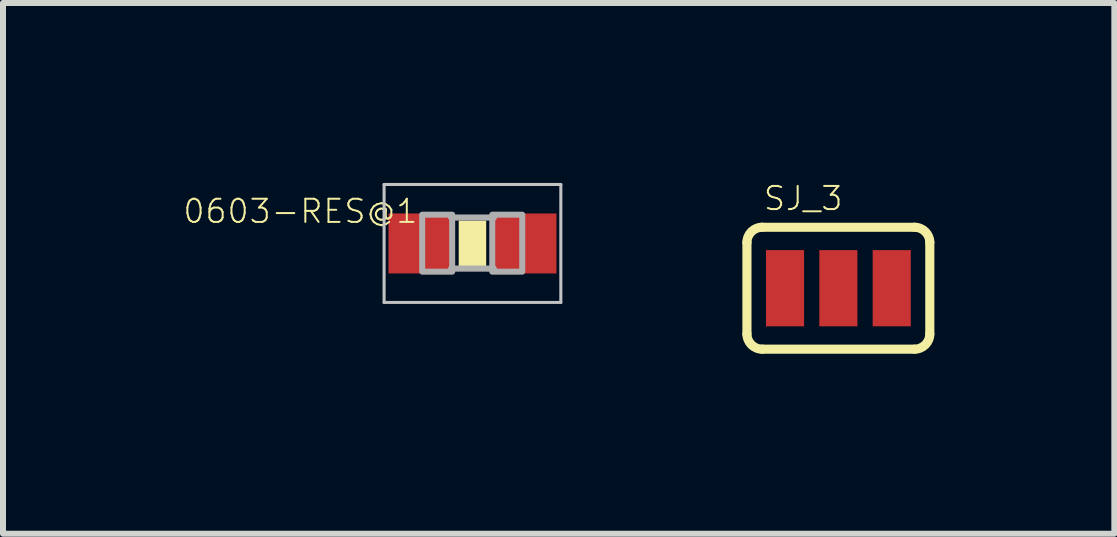
<source format=kicad_pcb>
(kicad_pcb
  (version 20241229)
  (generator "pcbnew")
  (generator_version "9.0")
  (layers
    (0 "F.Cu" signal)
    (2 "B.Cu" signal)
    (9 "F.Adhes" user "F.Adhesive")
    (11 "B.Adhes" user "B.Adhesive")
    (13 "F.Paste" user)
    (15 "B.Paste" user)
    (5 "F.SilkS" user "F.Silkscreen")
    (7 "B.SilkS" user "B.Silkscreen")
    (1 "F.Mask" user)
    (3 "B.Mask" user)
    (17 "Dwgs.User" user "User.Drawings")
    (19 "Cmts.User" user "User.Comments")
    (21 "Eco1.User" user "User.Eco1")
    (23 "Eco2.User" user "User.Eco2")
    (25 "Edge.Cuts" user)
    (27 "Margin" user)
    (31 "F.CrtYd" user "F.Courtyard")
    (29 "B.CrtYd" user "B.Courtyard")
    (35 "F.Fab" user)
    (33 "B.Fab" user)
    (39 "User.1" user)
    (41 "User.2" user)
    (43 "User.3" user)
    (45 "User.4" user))
  (footprint "0603-RES@1"
    (layer "F.Cu")
    (at 4.825 1.008)
    (property "Reference" "0603-RES@1" (at -0.889 -0.762 0) (layer "F.SilkS") (effects (font (size 0.386 0.386) (thickness 0.033)) (justify right top)))
    (attr through_hole)
    (fp_poly (pts (xy -0.229 0.381) (xy 0.229 0.381) (xy 0.229 -0.381) (xy -0.229 -0.381)) (stroke (width 0) (type solid)) (fill yes) (layer "F.SilkS"))
    (fp_poly (pts (xy -0.2 0.3) (xy 0.2 0.3) (xy 0.2 -0.3) (xy -0.2 -0.3)) (stroke (width 0) (type solid)) (fill yes) (layer "F.Adhes"))
    (fp_line (start -1.473 -0.983) (end 1.473 -0.983) (stroke (width 0.051) (type solid)) (layer "Dwgs.User"))
    (fp_line (start -1.473 0.983) (end -1.473 -0.983) (stroke (width 0.051) (type solid)) (layer "Dwgs.User"))
    (fp_line (start 1.473 -0.983) (end 1.473 0.983) (stroke (width 0.051) (type solid)) (layer "Dwgs.User"))
    (fp_line (start 1.473 0.983) (end -1.473 0.983) (stroke (width 0.051) (type solid)) (layer "Dwgs.User"))
    (fp_line (start -0.356 -0.432) (end 0.356 -0.432) (stroke (width 0.102) (type solid)) (layer "F.Fab"))
    (fp_line (start -0.356 0.419) (end 0.356 0.419) (stroke (width 0.102) (type solid)) (layer "F.Fab"))
    (fp_poly (pts (xy -0.838 0.47) (xy -0.338 0.47) (xy -0.338 -0.48) (xy -0.838 -0.48)) (stroke (width 0.1) (type solid)) (fill no) (layer "F.Fab"))
    (fp_poly (pts (xy 0.33 0.47) (xy 0.83 0.47) (xy 0.83 -0.48) (xy 0.33 -0.48)) (stroke (width 0.1) (type solid)) (fill no) (layer "F.Fab"))
    (pad "1" smd rect (at -0.85 0) (size 1.1 1) (layers "F.Cu" "F.Mask" "F.Paste"))
    (pad "2" smd rect (at 0.85 0) (size 1.1 1) (layers "F.Cu" "F.Mask" "F.Paste")))
  (footprint "SJ_3"
    (layer "F.Cu")
    (at 10.924 1.754)
    (property "Reference" "SJ_3" (at -1.27 -1.27 0) (layer "F.SilkS") (effects (font (size 0.386 0.386) (thickness 0.033)) (justify left bottom)))
    (attr through_hole)
    (fp_line (start -1.524 0.762) (end -1.524 -0.762) (stroke (width 0.152) (type solid)) (layer "F.SilkS"))
    (fp_line (start -1.27 -1.016) (end 1.27 -1.016) (stroke (width 0.152) (type solid)) (layer "F.SilkS"))
    (fp_line (start 1.27 1.016) (end -1.27 1.016) (stroke (width 0.152) (type solid)) (layer "F.SilkS"))
    (fp_line (start 1.524 0.762) (end 1.524 -0.762) (stroke (width 0.152) (type solid)) (layer "F.SilkS"))
    (fp_arc (start -1.524 -0.762) (mid -1.449605 -0.941605) (end -1.27 -1.016) (stroke (width 0.1524) (type solid)) (layer "F.SilkS"))
    (fp_arc (start -1.27 1.016) (mid -1.449605 0.941605) (end -1.524 0.762) (stroke (width 0.1524) (type solid)) (layer "F.SilkS"))
    (fp_arc (start 1.27 -1.016) (mid 1.449605 -0.941605) (end 1.524 -0.762) (stroke (width 0.1524) (type solid)) (layer "F.SilkS"))
    (fp_arc (start 1.524 0.762) (mid 1.449605 0.941605) (end 1.27 1.016) (stroke (width 0.1524) (type solid)) (layer "F.SilkS"))
    (pad "1" smd rect (at -0.889 0) (size 0.635 1.27) (layers "F.Cu" "F.Mask"))
    (pad "2" smd rect (at 0 0) (size 0.635 1.27) (layers "F.Cu" "F.Mask"))
    (pad "3" smd rect (at 0.889 0) (size 0.635 1.27) (layers "F.Cu" "F.Mask")))
  (gr_rect
    (start -3 -3)
    (end 15.524 5.846)
    (stroke (width 0.1) (type default))
    (fill no)
    (layer "Edge.Cuts")))
</source>
